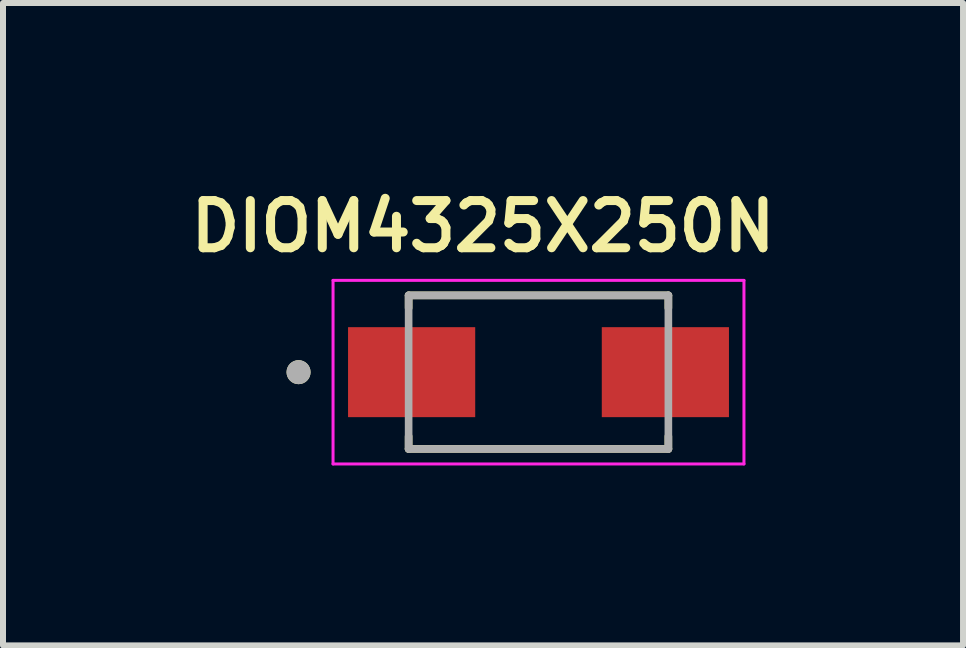
<source format=kicad_pcb>
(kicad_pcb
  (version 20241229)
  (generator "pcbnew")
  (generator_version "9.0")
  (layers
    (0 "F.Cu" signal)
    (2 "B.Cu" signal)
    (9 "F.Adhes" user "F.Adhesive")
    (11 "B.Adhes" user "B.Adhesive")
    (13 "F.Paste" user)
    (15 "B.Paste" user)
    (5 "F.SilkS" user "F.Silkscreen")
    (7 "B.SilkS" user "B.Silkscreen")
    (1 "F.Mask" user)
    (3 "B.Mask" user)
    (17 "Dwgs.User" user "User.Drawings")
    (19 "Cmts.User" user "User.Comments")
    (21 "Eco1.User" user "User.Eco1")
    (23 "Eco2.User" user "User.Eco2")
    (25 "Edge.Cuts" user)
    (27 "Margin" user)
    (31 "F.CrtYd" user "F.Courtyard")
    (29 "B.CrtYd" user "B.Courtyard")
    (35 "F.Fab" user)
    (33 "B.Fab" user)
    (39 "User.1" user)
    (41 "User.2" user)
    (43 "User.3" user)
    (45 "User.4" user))
  (footprint "DIOM4325X250N"
    (layer "F.Cu")
    (at 5.927 3.154)
    (property "Reference" "DIOM4325X250N" (at -0.925 -2.43 0) (layer "F.SilkS") (effects (font (size 0.787 0.787) (thickness 0.15))))
    (attr smd)
    (fp_line (start -2.165 -1.28) (end -2.165 -1.07) (stroke (width 0.127) (type solid)) (layer "F.SilkS"))
    (fp_line (start -2.165 1.28) (end -2.165 1.07) (stroke (width 0.127) (type solid)) (layer "F.SilkS"))
    (fp_line (start -2.165 1.28) (end 2.165 1.28) (stroke (width 0.127) (type solid)) (layer "F.SilkS"))
    (fp_line (start 2.165 -1.28) (end -2.165 -1.28) (stroke (width 0.127) (type solid)) (layer "F.SilkS"))
    (fp_line (start 2.165 -1.07) (end 2.165 -1.28) (stroke (width 0.127) (type solid)) (layer "F.SilkS"))
    (fp_line (start 2.165 1.28) (end 2.165 1.07) (stroke (width 0.127) (type solid)) (layer "F.SilkS"))
    (fp_circle (center -4 0) (end -3.9 0) (stroke (width 0.2) (type solid)) (fill no) (layer "F.SilkS"))
    (fp_line (start -3.425 -1.53) (end -3.425 1.53) (stroke (width 0.05) (type solid)) (layer "F.CrtYd"))
    (fp_line (start -3.425 1.53) (end 3.425 1.53) (stroke (width 0.05) (type solid)) (layer "F.CrtYd"))
    (fp_line (start 3.425 -1.53) (end -3.425 -1.53) (stroke (width 0.05) (type solid)) (layer "F.CrtYd"))
    (fp_line (start 3.425 1.53) (end 3.425 -1.53) (stroke (width 0.05) (type solid)) (layer "F.CrtYd"))
    (fp_line (start -2.165 -1.28) (end -2.165 1.28) (stroke (width 0.127) (type solid)) (layer "F.Fab"))
    (fp_line (start -2.165 1.28) (end 2.165 1.28) (stroke (width 0.127) (type solid)) (layer "F.Fab"))
    (fp_line (start 2.165 -1.28) (end -2.165 -1.28) (stroke (width 0.127) (type solid)) (layer "F.Fab"))
    (fp_line (start 2.165 1.28) (end 2.165 -1.28) (stroke (width 0.127) (type solid)) (layer "F.Fab"))
    (fp_circle (center -4 0) (end -3.9 0) (stroke (width 0.2) (type solid)) (fill no) (layer "F.Fab"))
    (pad "1" smd rect (at -2.115 0) (size 2.12 1.5) (layers "F.Cu" "F.Mask" "F.Paste"))
    (pad "2" smd rect (at 2.115 0) (size 2.12 1.5) (layers "F.Cu" "F.Mask" "F.Paste")))
  (gr_rect
    (start -3 -3)
    (end 13.004 7.709)
    (stroke (width 0.1) (type default))
    (fill no)
    (layer "Edge.Cuts")))
</source>
